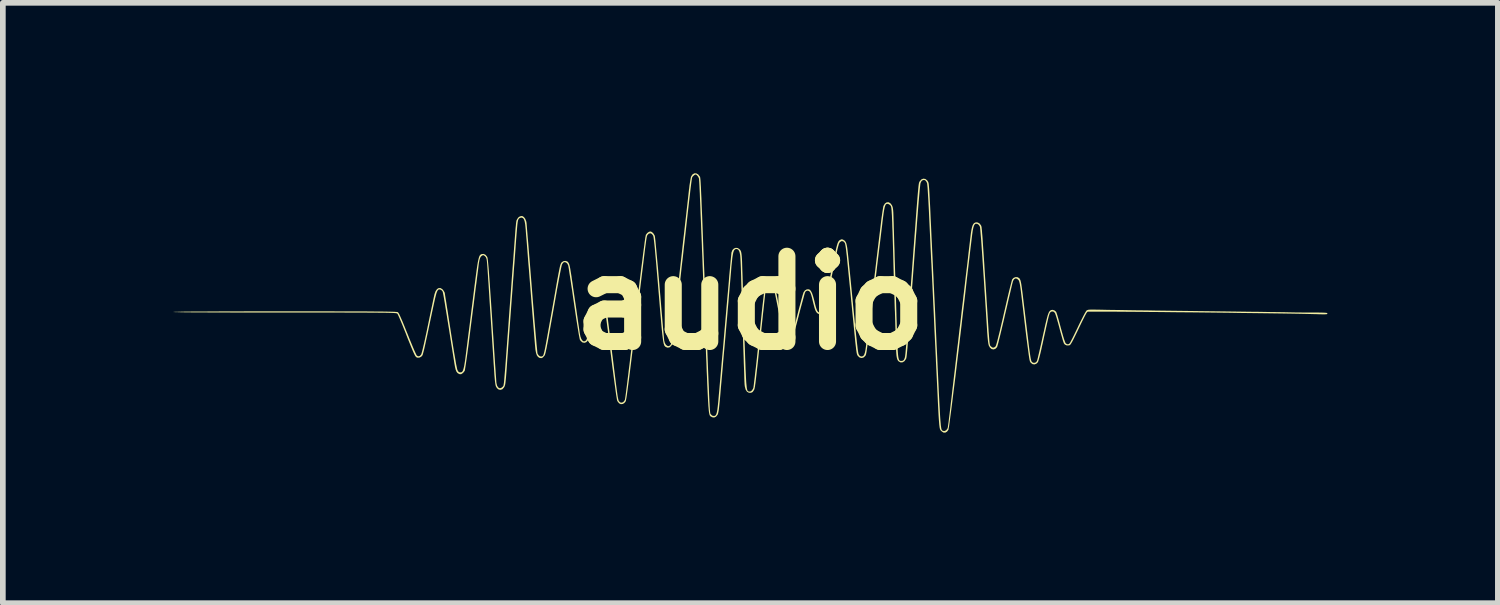
<source format=kicad_pcb>
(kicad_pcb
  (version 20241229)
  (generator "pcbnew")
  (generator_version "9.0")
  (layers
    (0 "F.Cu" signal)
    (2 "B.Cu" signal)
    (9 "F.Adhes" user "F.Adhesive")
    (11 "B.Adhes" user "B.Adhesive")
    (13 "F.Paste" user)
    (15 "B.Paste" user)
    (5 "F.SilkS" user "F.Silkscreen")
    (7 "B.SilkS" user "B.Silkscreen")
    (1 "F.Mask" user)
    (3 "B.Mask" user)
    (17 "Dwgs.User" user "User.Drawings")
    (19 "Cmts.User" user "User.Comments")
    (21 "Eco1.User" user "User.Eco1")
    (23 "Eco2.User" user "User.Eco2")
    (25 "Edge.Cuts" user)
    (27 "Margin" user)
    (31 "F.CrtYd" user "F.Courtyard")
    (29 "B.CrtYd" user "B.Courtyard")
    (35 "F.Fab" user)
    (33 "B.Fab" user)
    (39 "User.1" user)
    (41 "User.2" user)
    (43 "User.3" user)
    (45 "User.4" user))
  (footprint "audio"
    (layer "F.Cu")
    (at 10.152 2.28)
    (property "Reference" "audio" (at 0 0 0) (layer "F.SilkS") (effects (font (size 1.5 1.5) (thickness 0.3))))
    (attr board_only exclude_from_pos_files exclude_from_bom)
    (fp_poly (pts (xy -0.919 -2.262) (xy -0.896 -2.233) (xy -0.893 -2.229) (xy -0.891 -2.226) (xy -0.888 -2.223) (xy -0.886 -2.219) (xy -0.884 -2.213) (xy -0.883 -2.204) (xy -0.881 -2.191) (xy -0.879 -2.174) (xy -0.877 -2.151) (xy -0.875 -2.121) (xy -0.873 -2.084) (xy -0.87 -2.038) (xy -0.868 -1.983) (xy -0.865 -1.917) (xy -0.861 -1.84) (xy -0.858 -1.751) (xy -0.854 -1.649) (xy -0.849 -1.532) (xy -0.844 -1.401) (xy -0.838 -1.253) (xy -0.832 -1.089) (xy -0.825 -0.907) (xy -0.817 -0.706) (xy -0.808 -0.485) (xy -0.804 -0.37) (xy -0.794 -0.11) (xy -0.785 0.13) (xy -0.776 0.35) (xy -0.768 0.551) (xy -0.761 0.735) (xy -0.755 0.902) (xy -0.749 1.053) (xy -0.744 1.188) (xy -0.739 1.309) (xy -0.734 1.416) (xy -0.73 1.511) (xy -0.727 1.593) (xy -0.724 1.665) (xy -0.721 1.726) (xy -0.718 1.777) (xy -0.716 1.82) (xy -0.714 1.855) (xy -0.712 1.883) (xy -0.71 1.905) (xy -0.708 1.922) (xy -0.707 1.934) (xy -0.705 1.943) (xy -0.703 1.948) (xy -0.701 1.952) (xy -0.699 1.954) (xy -0.697 1.957) (xy -0.695 1.959) (xy -0.694 1.961) (xy -0.67 1.983) (xy -0.645 1.988) (xy -0.63 1.987) (xy -0.617 1.981) (xy -0.606 1.969) (xy -0.597 1.949) (xy -0.589 1.919) (xy -0.581 1.876) (xy -0.574 1.818) (xy -0.566 1.744) (xy -0.558 1.652) (xy -0.556 1.627) (xy -0.548 1.541) (xy -0.539 1.435) (xy -0.528 1.313) (xy -0.516 1.175) (xy -0.503 1.025) (xy -0.488 0.863) (xy -0.473 0.693) (xy -0.458 0.515) (xy -0.442 0.333) (xy -0.426 0.147) (xy -0.41 -0.039) (xy -0.393 -0.225) (xy -0.38 -0.375) (xy -0.372 -0.476) (xy -0.363 -0.57) (xy -0.355 -0.657) (xy -0.348 -0.733) (xy -0.342 -0.797) (xy -0.337 -0.846) (xy -0.334 -0.878) (xy -0.332 -0.89) (xy -0.316 -0.931) (xy -0.289 -0.958) (xy -0.256 -0.97) (xy -0.221 -0.966) (xy -0.19 -0.944) (xy -0.187 -0.941) (xy -0.178 -0.93) (xy -0.171 -0.919) (xy -0.165 -0.905) (xy -0.16 -0.886) (xy -0.156 -0.86) (xy -0.152 -0.826) (xy -0.149 -0.781) (xy -0.146 -0.723) (xy -0.144 -0.65) (xy -0.141 -0.56) (xy -0.137 -0.451) (xy -0.137 -0.449) (xy -0.13 -0.209) (xy -0.123 0.012) (xy -0.117 0.213) (xy -0.111 0.396) (xy -0.106 0.561) (xy -0.101 0.71) (xy -0.096 0.843) (xy -0.092 0.961) (xy -0.088 1.065) (xy -0.085 1.156) (xy -0.081 1.234) (xy -0.078 1.302) (xy -0.075 1.359) (xy -0.072 1.406) (xy -0.068 1.445) (xy -0.065 1.477) (xy -0.062 1.501) (xy -0.058 1.52) (xy -0.054 1.533) (xy -0.05 1.543) (xy -0.045 1.549) (xy -0.041 1.553) (xy -0.035 1.555) (xy -0.03 1.557) (xy -0.025 1.559) (xy -0.000131 1.558) (xy 0.025 1.541) (xy 0.045 1.512) (xy 0.052 1.494) (xy 0.055 1.477) (xy 0.06 1.441) (xy 0.066 1.388) (xy 0.075 1.318) (xy 0.084 1.234) (xy 0.096 1.137) (xy 0.108 1.028) (xy 0.121 0.91) (xy 0.134 0.783) (xy 0.149 0.651) (xy 0.158 0.562) (xy 0.176 0.399) (xy 0.191 0.256) (xy 0.204 0.132) (xy 0.216 0.025) (xy 0.227 -0.067) (xy 0.236 -0.144) (xy 0.244 -0.207) (xy 0.252 -0.259) (xy 0.259 -0.301) (xy 0.266 -0.333) (xy 0.273 -0.357) (xy 0.28 -0.374) (xy 0.287 -0.386) (xy 0.295 -0.395) (xy 0.304 -0.4) (xy 0.313 -0.404) (xy 0.32 -0.406) (xy 0.356 -0.409) (xy 0.388 -0.392) (xy 0.413 -0.357) (xy 0.416 -0.35) (xy 0.422 -0.332) (xy 0.431 -0.295) (xy 0.443 -0.242) (xy 0.457 -0.176) (xy 0.473 -0.098) (xy 0.49 -0.011) (xy 0.509 0.082) (xy 0.518 0.132) (xy 0.537 0.227) (xy 0.555 0.317) (xy 0.571 0.399) (xy 0.585 0.47) (xy 0.598 0.529) (xy 0.607 0.573) (xy 0.613 0.599) (xy 0.615 0.606) (xy 0.633 0.634) (xy 0.658 0.651) (xy 0.682 0.652) (xy 0.682 0.652) (xy 0.692 0.646) (xy 0.701 0.636) (xy 0.711 0.619) (xy 0.721 0.594) (xy 0.733 0.558) (xy 0.748 0.51) (xy 0.765 0.448) (xy 0.786 0.37) (xy 0.81 0.275) (xy 0.824 0.222) (xy 0.846 0.135) (xy 0.868 0.053) (xy 0.888 -0.021) (xy 0.905 -0.085) (xy 0.919 -0.136) (xy 0.93 -0.171) (xy 0.936 -0.188) (xy 0.961 -0.222) (xy 0.995 -0.24) (xy 1.031 -0.239) (xy 1.05 -0.229) (xy 1.067 -0.207) (xy 1.085 -0.173) (xy 1.102 -0.122) (xy 1.121 -0.054) (xy 1.131 -0.012) (xy 1.148 0.056) (xy 1.163 0.105) (xy 1.177 0.138) (xy 1.192 0.158) (xy 1.208 0.167) (xy 1.221 0.169) (xy 1.23 0.169) (xy 1.237 0.169) (xy 1.244 0.166) (xy 1.25 0.161) (xy 1.257 0.151) (xy 1.264 0.136) (xy 1.272 0.114) (xy 1.281 0.084) (xy 1.292 0.045) (xy 1.304 -0.005) (xy 1.318 -0.066) (xy 1.335 -0.14) (xy 1.354 -0.228) (xy 1.376 -0.331) (xy 1.401 -0.451) (xy 1.43 -0.588) (xy 1.463 -0.744) (xy 1.48 -0.825) (xy 1.497 -0.906) (xy 1.512 -0.97) (xy 1.524 -1.017) (xy 1.535 -1.052) (xy 1.546 -1.077) (xy 1.558 -1.093) (xy 1.571 -1.105) (xy 1.58 -1.11) (xy 1.604 -1.12) (xy 1.623 -1.117) (xy 1.637 -1.11) (xy 1.653 -1.1) (xy 1.666 -1.088) (xy 1.677 -1.072) (xy 1.687 -1.05) (xy 1.695 -1.019) (xy 1.703 -0.978) (xy 1.71 -0.924) (xy 1.718 -0.855) (xy 1.727 -0.768) (xy 1.734 -0.698) (xy 1.756 -0.485) (xy 1.775 -0.292) (xy 1.792 -0.119) (xy 1.807 0.037) (xy 1.821 0.176) (xy 1.834 0.298) (xy 1.844 0.406) (xy 1.854 0.5) (xy 1.862 0.581) (xy 1.87 0.649) (xy 1.876 0.707) (xy 1.882 0.756) (xy 1.886 0.795) (xy 1.89 0.826) (xy 1.894 0.851) (xy 1.897 0.87) (xy 1.9 0.884) (xy 1.902 0.894) (xy 1.905 0.901) (xy 1.907 0.907) (xy 1.908 0.908) (xy 1.925 0.932) (xy 1.947 0.941) (xy 1.956 0.941) (xy 1.975 0.938) (xy 1.991 0.927) (xy 2.004 0.906) (xy 2.015 0.872) (xy 2.025 0.824) (xy 2.034 0.758) (xy 2.041 0.706) (xy 2.046 0.667) (xy 2.052 0.61) (xy 2.061 0.536) (xy 2.072 0.447) (xy 2.084 0.346) (xy 2.098 0.233) (xy 2.113 0.112) (xy 2.128 -0.016) (xy 2.144 -0.149) (xy 2.161 -0.284) (xy 2.162 -0.296) (xy 2.179 -0.435) (xy 2.196 -0.573) (xy 2.212 -0.71) (xy 2.228 -0.842) (xy 2.243 -0.966) (xy 2.257 -1.082) (xy 2.27 -1.186) (xy 2.281 -1.276) (xy 2.29 -1.349) (xy 2.296 -1.401) (xy 2.305 -1.477) (xy 2.315 -1.547) (xy 2.324 -1.609) (xy 2.332 -1.659) (xy 2.338 -1.694) (xy 2.343 -1.71) (xy 2.367 -1.749) (xy 2.398 -1.77) (xy 2.431 -1.772) (xy 2.463 -1.754) (xy 2.491 -1.718) (xy 2.491 -1.717) (xy 2.498 -1.701) (xy 2.504 -1.683) (xy 2.508 -1.661) (xy 2.512 -1.631) (xy 2.515 -1.591) (xy 2.517 -1.536) (xy 2.519 -1.466) (xy 2.521 -1.415) (xy 2.523 -1.333) (xy 2.526 -1.237) (xy 2.529 -1.131) (xy 2.532 -1.022) (xy 2.536 -0.916) (xy 2.538 -0.83) (xy 2.54 -0.761) (xy 2.543 -0.673) (xy 2.546 -0.57) (xy 2.55 -0.455) (xy 2.554 -0.33) (xy 2.558 -0.199) (xy 2.562 -0.064) (xy 2.566 0.072) (xy 2.57 0.206) (xy 2.57 0.222) (xy 2.575 0.371) (xy 2.579 0.5) (xy 2.582 0.611) (xy 2.586 0.704) (xy 2.589 0.783) (xy 2.593 0.847) (xy 2.597 0.898) (xy 2.601 0.938) (xy 2.606 0.969) (xy 2.612 0.99) (xy 2.618 1.005) (xy 2.626 1.014) (xy 2.635 1.018) (xy 2.645 1.02) (xy 2.657 1.02) (xy 2.659 1.02) (xy 2.683 1.016) (xy 2.7 1.001) (xy 2.709 0.983) (xy 2.711 0.979) (xy 2.713 0.974) (xy 2.715 0.969) (xy 2.717 0.962) (xy 2.719 0.952) (xy 2.722 0.939) (xy 2.724 0.921) (xy 2.727 0.898) (xy 2.73 0.868) (xy 2.733 0.832) (xy 2.737 0.787) (xy 2.742 0.733) (xy 2.747 0.67) (xy 2.753 0.595) (xy 2.76 0.509) (xy 2.767 0.41) (xy 2.776 0.297) (xy 2.786 0.17) (xy 2.797 0.028) (xy 2.809 -0.13) (xy 2.822 -0.306) (xy 2.837 -0.5) (xy 2.853 -0.713) (xy 2.87 -0.946) (xy 2.876 -1.02) (xy 2.889 -1.195) (xy 2.901 -1.35) (xy 2.911 -1.487) (xy 2.92 -1.606) (xy 2.928 -1.709) (xy 2.935 -1.797) (xy 2.941 -1.871) (xy 2.946 -1.933) (xy 2.951 -1.984) (xy 2.955 -2.025) (xy 2.958 -2.057) (xy 2.961 -2.081) (xy 2.964 -2.1) (xy 2.967 -2.113) (xy 2.97 -2.122) (xy 2.973 -2.129) (xy 2.976 -2.135) (xy 2.98 -2.14) (xy 2.982 -2.144) (xy 3.011 -2.175) (xy 3.044 -2.187) (xy 3.079 -2.181) (xy 3.11 -2.157) (xy 3.125 -2.135) (xy 3.129 -2.128) (xy 3.131 -2.121) (xy 3.134 -2.112) (xy 3.137 -2.099) (xy 3.139 -2.081) (xy 3.141 -2.057) (xy 3.144 -2.026) (xy 3.147 -1.985) (xy 3.15 -1.935) (xy 3.153 -1.873) (xy 3.157 -1.798) (xy 3.162 -1.71) (xy 3.167 -1.605) (xy 3.172 -1.484) (xy 3.179 -1.345) (xy 3.186 -1.186) (xy 3.188 -1.142) (xy 3.193 -1.046) (xy 3.198 -0.933) (xy 3.204 -0.811) (xy 3.21 -0.684) (xy 3.216 -0.557) (xy 3.222 -0.436) (xy 3.225 -0.354) (xy 3.231 -0.238) (xy 3.237 -0.107) (xy 3.244 0.033) (xy 3.251 0.175) (xy 3.257 0.315) (xy 3.263 0.445) (xy 3.267 0.529) (xy 3.277 0.751) (xy 3.287 0.952) (xy 3.295 1.135) (xy 3.303 1.299) (xy 3.31 1.446) (xy 3.316 1.577) (xy 3.322 1.693) (xy 3.327 1.794) (xy 3.332 1.881) (xy 3.336 1.957) (xy 3.34 2.021) (xy 3.344 2.074) (xy 3.348 2.118) (xy 3.351 2.154) (xy 3.355 2.182) (xy 3.358 2.203) (xy 3.362 2.219) (xy 3.366 2.23) (xy 3.37 2.238) (xy 3.374 2.242) (xy 3.379 2.245) (xy 3.384 2.248) (xy 3.39 2.25) (xy 3.392 2.251) (xy 3.416 2.253) (xy 3.442 2.241) (xy 3.463 2.217) (xy 3.472 2.196) (xy 3.475 2.179) (xy 3.48 2.144) (xy 3.487 2.095) (xy 3.494 2.034) (xy 3.503 1.964) (xy 3.51 1.903) (xy 3.518 1.839) (xy 3.527 1.757) (xy 3.539 1.661) (xy 3.551 1.553) (xy 3.565 1.438) (xy 3.579 1.317) (xy 3.594 1.195) (xy 3.608 1.074) (xy 3.611 1.047) (xy 3.625 0.931) (xy 3.638 0.816) (xy 3.652 0.704) (xy 3.664 0.599) (xy 3.675 0.503) (xy 3.685 0.418) (xy 3.694 0.348) (xy 3.7 0.295) (xy 3.702 0.28) (xy 3.709 0.216) (xy 3.718 0.136) (xy 3.729 0.047) (xy 3.74 -0.044) (xy 3.75 -0.133) (xy 3.754 -0.164) (xy 3.765 -0.256) (xy 3.777 -0.361) (xy 3.79 -0.472) (xy 3.803 -0.58) (xy 3.815 -0.679) (xy 3.818 -0.703) (xy 3.828 -0.79) (xy 3.838 -0.881) (xy 3.849 -0.972) (xy 3.859 -1.055) (xy 3.867 -1.127) (xy 3.871 -1.156) (xy 3.88 -1.233) (xy 3.89 -1.292) (xy 3.9 -1.336) (xy 3.911 -1.368) (xy 3.924 -1.391) (xy 3.938 -1.406) (xy 3.969 -1.419) (xy 4.002 -1.415) (xy 4.034 -1.396) (xy 4.058 -1.364) (xy 4.062 -1.354) (xy 4.065 -1.345) (xy 4.068 -1.33) (xy 4.07 -1.307) (xy 4.074 -1.274) (xy 4.077 -1.232) (xy 4.082 -1.177) (xy 4.087 -1.109) (xy 4.092 -1.026) (xy 4.099 -0.927) (xy 4.107 -0.809) (xy 4.116 -0.673) (xy 4.118 -0.634) (xy 4.123 -0.557) (xy 4.129 -0.464) (xy 4.136 -0.361) (xy 4.143 -0.253) (xy 4.15 -0.148) (xy 4.156 -0.049) (xy 4.156 -0.048) (xy 4.166 0.099) (xy 4.174 0.226) (xy 4.181 0.336) (xy 4.187 0.428) (xy 4.192 0.505) (xy 4.197 0.568) (xy 4.201 0.619) (xy 4.204 0.659) (xy 4.207 0.69) (xy 4.21 0.712) (xy 4.213 0.728) (xy 4.215 0.74) (xy 4.218 0.747) (xy 4.221 0.753) (xy 4.225 0.757) (xy 4.228 0.76) (xy 4.254 0.783) (xy 4.283 0.786) (xy 4.31 0.768) (xy 4.315 0.761) (xy 4.322 0.745) (xy 4.333 0.709) (xy 4.348 0.654) (xy 4.366 0.582) (xy 4.388 0.494) (xy 4.412 0.391) (xy 4.44 0.273) (xy 4.462 0.176) (xy 4.487 0.069) (xy 4.51 -0.032) (xy 4.532 -0.125) (xy 4.552 -0.209) (xy 4.57 -0.281) (xy 4.585 -0.339) (xy 4.596 -0.382) (xy 4.603 -0.407) (xy 4.605 -0.413) (xy 4.629 -0.44) (xy 4.662 -0.454) (xy 4.697 -0.454) (xy 4.728 -0.438) (xy 4.731 -0.435) (xy 4.739 -0.424) (xy 4.746 -0.411) (xy 4.753 -0.393) (xy 4.759 -0.368) (xy 4.766 -0.334) (xy 4.773 -0.288) (xy 4.781 -0.229) (xy 4.791 -0.153) (xy 4.802 -0.06) (xy 4.806 -0.026) (xy 4.827 0.145) (xy 4.845 0.296) (xy 4.861 0.429) (xy 4.875 0.545) (xy 4.887 0.644) (xy 4.897 0.729) (xy 4.906 0.8) (xy 4.914 0.859) (xy 4.921 0.907) (xy 4.927 0.946) (xy 4.932 0.975) (xy 4.937 0.997) (xy 4.941 1.013) (xy 4.945 1.025) (xy 4.949 1.032) (xy 4.954 1.038) (xy 4.959 1.042) (xy 4.963 1.046) (xy 4.989 1.055) (xy 5.017 1.048) (xy 5.039 1.027) (xy 5.042 1.021) (xy 5.047 1.005) (xy 5.056 0.97) (xy 5.068 0.92) (xy 5.083 0.857) (xy 5.1 0.782) (xy 5.119 0.699) (xy 5.139 0.609) (xy 5.144 0.585) (xy 5.168 0.479) (xy 5.187 0.391) (xy 5.204 0.321) (xy 5.218 0.265) (xy 5.23 0.221) (xy 5.241 0.189) (xy 5.251 0.166) (xy 5.261 0.149) (xy 5.272 0.138) (xy 5.284 0.129) (xy 5.291 0.125) (xy 5.318 0.121) (xy 5.349 0.131) (xy 5.375 0.152) (xy 5.381 0.16) (xy 5.387 0.176) (xy 5.398 0.209) (xy 5.412 0.257) (xy 5.429 0.316) (xy 5.447 0.383) (xy 5.461 0.435) (xy 5.482 0.511) (xy 5.501 0.579) (xy 5.518 0.635) (xy 5.533 0.677) (xy 5.543 0.703) (xy 5.547 0.709) (xy 5.573 0.727) (xy 5.6 0.725) (xy 5.617 0.711) (xy 5.626 0.697) (xy 5.642 0.666) (xy 5.665 0.622) (xy 5.693 0.566) (xy 5.724 0.502) (xy 5.758 0.432) (xy 5.762 0.423) (xy 5.796 0.352) (xy 5.829 0.287) (xy 5.858 0.23) (xy 5.883 0.183) (xy 5.902 0.151) (xy 5.913 0.134) (xy 5.914 0.134) (xy 5.922 0.128) (xy 5.932 0.124) (xy 5.946 0.12) (xy 5.967 0.118) (xy 5.998 0.117) (xy 6.041 0.117) (xy 6.097 0.118) (xy 6.17 0.119) (xy 6.255 0.121) (xy 6.307 0.122) (xy 6.379 0.123) (xy 6.469 0.124) (xy 6.575 0.126) (xy 6.694 0.128) (xy 6.826 0.13) (xy 6.969 0.131) (xy 7.12 0.134) (xy 7.278 0.136) (xy 7.442 0.138) (xy 7.609 0.14) (xy 7.778 0.142) (xy 7.841 0.143) (xy 8.009 0.145) (xy 8.176 0.147) (xy 8.339 0.149) (xy 8.497 0.151) (xy 8.649 0.153) (xy 8.791 0.155) (xy 8.924 0.156) (xy 9.044 0.158) (xy 9.151 0.16) (xy 9.243 0.161) (xy 9.317 0.162) (xy 9.373 0.163) (xy 9.39 0.163) (xy 9.483 0.165) (xy 9.586 0.167) (xy 9.691 0.168) (xy 9.792 0.169) (xy 9.881 0.169) (xy 9.911 0.169) (xy 9.989 0.169) (xy 10.048 0.17) (xy 10.091 0.171) (xy 10.12 0.173) (xy 10.138 0.175) (xy 10.148 0.179) (xy 10.151 0.184) (xy 10.152 0.186) (xy 10.15 0.192) (xy 10.143 0.197) (xy 10.127 0.199) (xy 10.101 0.2) (xy 10.062 0.2) (xy 10.006 0.199) (xy 9.953 0.197) (xy 9.898 0.196) (xy 9.826 0.194) (xy 9.738 0.192) (xy 9.636 0.19) (xy 9.52 0.188) (xy 9.392 0.186) (xy 9.253 0.184) (xy 9.105 0.182) (xy 8.949 0.18) (xy 8.785 0.178) (xy 8.616 0.176) (xy 8.442 0.173) (xy 8.264 0.171) (xy 8.085 0.169) (xy 7.905 0.167) (xy 7.725 0.165) (xy 7.547 0.164) (xy 7.373 0.162) (xy 7.202 0.16) (xy 7.037 0.159) (xy 6.878 0.157) (xy 6.727 0.156) (xy 6.586 0.155) (xy 6.455 0.154) (xy 6.336 0.153) (xy 6.23 0.153) (xy 6.138 0.153) (xy 6.062 0.153) (xy 6.002 0.153) (xy 5.96 0.153) (xy 5.938 0.154) (xy 5.934 0.154) (xy 5.928 0.159) (xy 5.922 0.166) (xy 5.913 0.178) (xy 5.903 0.196) (xy 5.889 0.222) (xy 5.87 0.259) (xy 5.846 0.307) (xy 5.815 0.37) (xy 5.777 0.449) (xy 5.748 0.51) (xy 5.712 0.583) (xy 5.684 0.64) (xy 5.662 0.682) (xy 5.645 0.711) (xy 5.632 0.73) (xy 5.621 0.741) (xy 5.611 0.746) (xy 5.61 0.746) (xy 5.568 0.748) (xy 5.534 0.733) (xy 5.516 0.711) (xy 5.509 0.692) (xy 5.497 0.657) (xy 5.483 0.607) (xy 5.466 0.547) (xy 5.447 0.48) (xy 5.437 0.44) (xy 5.418 0.37) (xy 5.4 0.307) (xy 5.384 0.251) (xy 5.37 0.209) (xy 5.36 0.181) (xy 5.356 0.174) (xy 5.333 0.153) (xy 5.304 0.149) (xy 5.279 0.164) (xy 5.272 0.172) (xy 5.268 0.18) (xy 5.263 0.191) (xy 5.258 0.207) (xy 5.251 0.229) (xy 5.243 0.261) (xy 5.233 0.302) (xy 5.221 0.355) (xy 5.206 0.422) (xy 5.188 0.504) (xy 5.166 0.602) (xy 5.141 0.72) (xy 5.134 0.748) (xy 5.118 0.822) (xy 5.102 0.89) (xy 5.087 0.949) (xy 5.074 0.997) (xy 5.064 1.029) (xy 5.058 1.043) (xy 5.029 1.071) (xy 4.995 1.082) (xy 4.961 1.075) (xy 4.931 1.05) (xy 4.918 1.029) (xy 4.915 1.017) (xy 4.91 0.995) (xy 4.904 0.96) (xy 4.897 0.913) (xy 4.889 0.852) (xy 4.879 0.777) (xy 4.867 0.686) (xy 4.853 0.579) (xy 4.838 0.455) (xy 4.821 0.312) (xy 4.802 0.151) (xy 4.78 -0.03) (xy 4.775 -0.073) (xy 4.764 -0.164) (xy 4.755 -0.237) (xy 4.747 -0.293) (xy 4.74 -0.335) (xy 4.733 -0.365) (xy 4.727 -0.385) (xy 4.72 -0.399) (xy 4.719 -0.401) (xy 4.691 -0.426) (xy 4.663 -0.431) (xy 4.638 -0.415) (xy 4.621 -0.385) (xy 4.617 -0.37) (xy 4.608 -0.337) (xy 4.596 -0.287) (xy 4.581 -0.223) (xy 4.563 -0.146) (xy 4.542 -0.058) (xy 4.52 0.039) (xy 4.496 0.142) (xy 4.483 0.196) (xy 4.459 0.302) (xy 4.435 0.402) (xy 4.413 0.495) (xy 4.393 0.578) (xy 4.375 0.649) (xy 4.361 0.706) (xy 4.349 0.748) (xy 4.342 0.772) (xy 4.34 0.777) (xy 4.311 0.807) (xy 4.278 0.818) (xy 4.244 0.811) (xy 4.215 0.786) (xy 4.194 0.748) (xy 4.187 0.719) (xy 4.18 0.67) (xy 4.173 0.601) (xy 4.166 0.513) (xy 4.162 0.444) (xy 4.146 0.19) (xy 4.131 -0.043) (xy 4.117 -0.255) (xy 4.105 -0.448) (xy 4.093 -0.62) (xy 4.083 -0.774) (xy 4.074 -0.908) (xy 4.066 -1.023) (xy 4.059 -1.12) (xy 4.052 -1.2) (xy 4.047 -1.261) (xy 4.043 -1.305) (xy 4.04 -1.332) (xy 4.038 -1.341) (xy 4.021 -1.371) (xy 3.995 -1.39) (xy 3.966 -1.394) (xy 3.96 -1.392) (xy 3.946 -1.381) (xy 3.933 -1.357) (xy 3.922 -1.32) (xy 3.911 -1.266) (xy 3.901 -1.193) (xy 3.898 -1.168) (xy 3.892 -1.118) (xy 3.884 -1.05) (xy 3.874 -0.971) (xy 3.864 -0.885) (xy 3.854 -0.795) (xy 3.844 -0.714) (xy 3.834 -0.63) (xy 3.824 -0.548) (xy 3.815 -0.471) (xy 3.807 -0.404) (xy 3.801 -0.35) (xy 3.797 -0.314) (xy 3.797 -0.312) (xy 3.776 -0.127) (xy 3.754 0.059) (xy 3.732 0.245) (xy 3.711 0.429) (xy 3.689 0.612) (xy 3.668 0.79) (xy 3.647 0.964) (xy 3.627 1.132) (xy 3.608 1.292) (xy 3.589 1.444) (xy 3.571 1.586) (xy 3.555 1.717) (xy 3.54 1.836) (xy 3.526 1.942) (xy 3.514 2.033) (xy 3.504 2.109) (xy 3.496 2.167) (xy 3.489 2.207) (xy 3.485 2.228) (xy 3.485 2.231) (xy 3.459 2.265) (xy 3.428 2.282) (xy 3.395 2.28) (xy 3.366 2.26) (xy 3.359 2.253) (xy 3.353 2.247) (xy 3.347 2.242) (xy 3.343 2.235) (xy 3.338 2.225) (xy 3.334 2.212) (xy 3.33 2.195) (xy 3.327 2.172) (xy 3.323 2.141) (xy 3.32 2.103) (xy 3.316 2.055) (xy 3.312 1.997) (xy 3.308 1.927) (xy 3.304 1.845) (xy 3.299 1.749) (xy 3.294 1.637) (xy 3.288 1.509) (xy 3.281 1.364) (xy 3.273 1.2) (xy 3.264 1.017) (xy 3.263 0.978) (xy 3.257 0.85) (xy 3.25 0.712) (xy 3.243 0.568) (xy 3.236 0.422) (xy 3.23 0.28) (xy 3.224 0.147) (xy 3.218 0.027) (xy 3.215 -0.042) (xy 3.21 -0.149) (xy 3.205 -0.257) (xy 3.2 -0.363) (xy 3.195 -0.463) (xy 3.191 -0.555) (xy 3.187 -0.633) (xy 3.184 -0.695) (xy 3.183 -0.708) (xy 3.179 -0.786) (xy 3.175 -0.876) (xy 3.17 -0.973) (xy 3.166 -1.069) (xy 3.162 -1.156) (xy 3.162 -1.158) (xy 3.154 -1.329) (xy 3.147 -1.48) (xy 3.141 -1.612) (xy 3.135 -1.725) (xy 3.13 -1.822) (xy 3.125 -1.903) (xy 3.121 -1.97) (xy 3.118 -2.022) (xy 3.114 -2.062) (xy 3.111 -2.09) (xy 3.109 -2.108) (xy 3.107 -2.112) (xy 3.089 -2.146) (xy 3.064 -2.163) (xy 3.036 -2.162) (xy 3.011 -2.144) (xy 2.993 -2.109) (xy 2.993 -2.107) (xy 2.99 -2.089) (xy 2.986 -2.052) (xy 2.98 -1.998) (xy 2.974 -1.93) (xy 2.967 -1.849) (xy 2.959 -1.757) (xy 2.951 -1.658) (xy 2.943 -1.552) (xy 2.94 -1.517) (xy 2.932 -1.413) (xy 2.923 -1.29) (xy 2.912 -1.154) (xy 2.901 -1.006) (xy 2.889 -0.85) (xy 2.877 -0.689) (xy 2.865 -0.528) (xy 2.853 -0.368) (xy 2.841 -0.214) (xy 2.834 -0.127) (xy 2.821 0.048) (xy 2.809 0.204) (xy 2.799 0.34) (xy 2.79 0.459) (xy 2.782 0.563) (xy 2.775 0.651) (xy 2.769 0.725) (xy 2.764 0.787) (xy 2.759 0.838) (xy 2.755 0.879) (xy 2.752 0.911) (xy 2.749 0.935) (xy 2.747 0.953) (xy 2.744 0.966) (xy 2.742 0.975) (xy 2.74 0.982) (xy 2.737 0.987) (xy 2.71 1.025) (xy 2.677 1.045) (xy 2.642 1.046) (xy 2.609 1.028) (xy 2.603 1.022) (xy 2.592 1.008) (xy 2.584 0.99) (xy 2.577 0.965) (xy 2.571 0.931) (xy 2.567 0.885) (xy 2.563 0.827) (xy 2.56 0.754) (xy 2.557 0.663) (xy 2.554 0.566) (xy 2.553 0.481) (xy 2.55 0.397) (xy 2.548 0.318) (xy 2.546 0.247) (xy 2.544 0.189) (xy 2.543 0.153) (xy 2.541 0.12) (xy 2.539 0.068) (xy 2.537 -0.000151) (xy 2.535 -0.082) (xy 2.532 -0.175) (xy 2.529 -0.276) (xy 2.526 -0.383) (xy 2.522 -0.494) (xy 2.521 -0.523) (xy 2.516 -0.705) (xy 2.512 -0.866) (xy 2.508 -1.009) (xy 2.504 -1.134) (xy 2.501 -1.243) (xy 2.497 -1.337) (xy 2.495 -1.417) (xy 2.492 -1.484) (xy 2.49 -1.539) (xy 2.487 -1.584) (xy 2.485 -1.62) (xy 2.482 -1.648) (xy 2.48 -1.669) (xy 2.477 -1.685) (xy 2.474 -1.696) (xy 2.471 -1.704) (xy 2.468 -1.71) (xy 2.466 -1.713) (xy 2.443 -1.733) (xy 2.419 -1.743) (xy 2.404 -1.743) (xy 2.391 -1.739) (xy 2.38 -1.728) (xy 2.371 -1.708) (xy 2.362 -1.678) (xy 2.353 -1.634) (xy 2.344 -1.577) (xy 2.334 -1.502) (xy 2.322 -1.409) (xy 2.321 -1.394) (xy 2.31 -1.304) (xy 2.298 -1.205) (xy 2.285 -1.097) (xy 2.27 -0.977) (xy 2.254 -0.845) (xy 2.236 -0.699) (xy 2.217 -0.537) (xy 2.195 -0.359) (xy 2.172 -0.163) (xy 2.146 0.053) (xy 2.127 0.207) (xy 2.111 0.342) (xy 2.096 0.458) (xy 2.084 0.557) (xy 2.073 0.641) (xy 2.064 0.711) (xy 2.057 0.768) (xy 2.05 0.814) (xy 2.045 0.85) (xy 2.04 0.877) (xy 2.036 0.897) (xy 2.032 0.911) (xy 2.028 0.921) (xy 2.025 0.927) (xy 1.995 0.958) (xy 1.96 0.969) (xy 1.925 0.962) (xy 1.893 0.935) (xy 1.887 0.926) (xy 1.883 0.92) (xy 1.88 0.913) (xy 1.876 0.904) (xy 1.873 0.892) (xy 1.869 0.875) (xy 1.866 0.852) (xy 1.861 0.822) (xy 1.857 0.782) (xy 1.851 0.733) (xy 1.844 0.672) (xy 1.837 0.598) (xy 1.828 0.51) (xy 1.818 0.406) (xy 1.806 0.286) (xy 1.792 0.147) (xy 1.777 -0.012) (xy 1.776 -0.016) (xy 1.76 -0.185) (xy 1.745 -0.334) (xy 1.732 -0.464) (xy 1.721 -0.577) (xy 1.711 -0.675) (xy 1.703 -0.757) (xy 1.696 -0.827) (xy 1.689 -0.884) (xy 1.684 -0.93) (xy 1.679 -0.967) (xy 1.675 -0.996) (xy 1.671 -1.017) (xy 1.668 -1.033) (xy 1.665 -1.045) (xy 1.662 -1.053) (xy 1.658 -1.059) (xy 1.656 -1.063) (xy 1.632 -1.085) (xy 1.604 -1.088) (xy 1.578 -1.072) (xy 1.567 -1.058) (xy 1.557 -1.036) (xy 1.546 -0.998) (xy 1.533 -0.949) (xy 1.521 -0.895) (xy 1.519 -0.886) (xy 1.492 -0.755) (xy 1.465 -0.626) (xy 1.439 -0.502) (xy 1.414 -0.384) (xy 1.39 -0.274) (xy 1.368 -0.173) (xy 1.348 -0.083) (xy 1.331 -0.007) (xy 1.316 0.055) (xy 1.305 0.101) (xy 1.298 0.128) (xy 1.296 0.134) (xy 1.271 0.172) (xy 1.24 0.193) (xy 1.206 0.194) (xy 1.196 0.191) (xy 1.177 0.18) (xy 1.161 0.162) (xy 1.146 0.135) (xy 1.131 0.095) (xy 1.116 0.039) (xy 1.1 -0.024) (xy 1.085 -0.088) (xy 1.072 -0.135) (xy 1.061 -0.167) (xy 1.051 -0.188) (xy 1.04 -0.202) (xy 1.027 -0.211) (xy 1.026 -0.211) (xy 0.998 -0.217) (xy 0.974 -0.203) (xy 0.965 -0.191) (xy 0.959 -0.176) (xy 0.949 -0.143) (xy 0.936 -0.095) (xy 0.919 -0.033) (xy 0.899 0.04) (xy 0.877 0.121) (xy 0.854 0.209) (xy 0.851 0.223) (xy 0.828 0.312) (xy 0.806 0.395) (xy 0.785 0.47) (xy 0.767 0.534) (xy 0.752 0.585) (xy 0.741 0.622) (xy 0.734 0.64) (xy 0.733 0.641) (xy 0.706 0.667) (xy 0.673 0.675) (xy 0.639 0.667) (xy 0.61 0.642) (xy 0.597 0.621) (xy 0.592 0.604) (xy 0.583 0.568) (xy 0.571 0.516) (xy 0.557 0.45) (xy 0.541 0.373) (xy 0.523 0.286) (xy 0.504 0.192) (xy 0.492 0.13) (xy 0.473 0.033) (xy 0.455 -0.057) (xy 0.438 -0.139) (xy 0.423 -0.211) (xy 0.411 -0.27) (xy 0.401 -0.314) (xy 0.394 -0.341) (xy 0.391 -0.349) (xy 0.369 -0.376) (xy 0.342 -0.383) (xy 0.314 -0.37) (xy 0.293 -0.347) (xy 0.282 -0.324) (xy 0.279 -0.309) (xy 0.275 -0.274) (xy 0.269 -0.223) (xy 0.261 -0.158) (xy 0.252 -0.079) (xy 0.242 0.01) (xy 0.232 0.108) (xy 0.22 0.212) (xy 0.217 0.245) (xy 0.197 0.433) (xy 0.179 0.601) (xy 0.162 0.751) (xy 0.148 0.883) (xy 0.136 0.999) (xy 0.125 1.099) (xy 0.115 1.185) (xy 0.107 1.258) (xy 0.1 1.32) (xy 0.094 1.37) (xy 0.089 1.411) (xy 0.084 1.444) (xy 0.081 1.469) (xy 0.077 1.489) (xy 0.074 1.503) (xy 0.072 1.514) (xy 0.069 1.521) (xy 0.066 1.528) (xy 0.063 1.533) (xy 0.062 1.535) (xy 0.04 1.567) (xy 0.011 1.581) (xy -0.028 1.58) (xy -0.06 1.561) (xy -0.084 1.523) (xy -0.098 1.469) (xy -0.102 1.433) (xy -0.103 1.413) (xy -0.105 1.374) (xy -0.107 1.317) (xy -0.109 1.244) (xy -0.112 1.158) (xy -0.116 1.06) (xy -0.119 0.951) (xy -0.123 0.835) (xy -0.127 0.712) (xy -0.131 0.584) (xy -0.135 0.453) (xy -0.139 0.322) (xy -0.143 0.191) (xy -0.147 0.063) (xy -0.151 -0.06) (xy -0.154 -0.177) (xy -0.158 -0.286) (xy -0.161 -0.385) (xy -0.163 -0.471) (xy -0.165 -0.529) (xy -0.167 -0.604) (xy -0.17 -0.676) (xy -0.173 -0.741) (xy -0.176 -0.795) (xy -0.179 -0.834) (xy -0.18 -0.845) (xy -0.192 -0.899) (xy -0.21 -0.934) (xy -0.235 -0.949) (xy -0.257 -0.948) (xy -0.271 -0.942) (xy -0.282 -0.931) (xy -0.292 -0.913) (xy -0.301 -0.886) (xy -0.309 -0.847) (xy -0.317 -0.796) (xy -0.324 -0.729) (xy -0.333 -0.646) (xy -0.341 -0.544) (xy -0.343 -0.523) (xy -0.349 -0.451) (xy -0.357 -0.361) (xy -0.366 -0.257) (xy -0.376 -0.14) (xy -0.386 -0.016) (xy -0.398 0.115) (xy -0.409 0.247) (xy -0.421 0.378) (xy -0.429 0.471) (xy -0.44 0.602) (xy -0.452 0.74) (xy -0.465 0.879) (xy -0.477 1.017) (xy -0.488 1.15) (xy -0.499 1.275) (xy -0.509 1.387) (xy -0.518 1.484) (xy -0.522 1.534) (xy -0.531 1.639) (xy -0.539 1.725) (xy -0.546 1.794) (xy -0.552 1.849) (xy -0.557 1.89) (xy -0.563 1.921) (xy -0.568 1.943) (xy -0.573 1.959) (xy -0.578 1.968) (xy -0.606 2.002) (xy -0.638 2.016) (xy -0.672 2.011) (xy -0.682 2.005) (xy -0.689 2.001) (xy -0.695 1.998) (xy -0.701 1.994) (xy -0.707 1.99) (xy -0.711 1.984) (xy -0.716 1.975) (xy -0.72 1.963) (xy -0.724 1.945) (xy -0.728 1.923) (xy -0.732 1.894) (xy -0.735 1.857) (xy -0.739 1.813) (xy -0.742 1.759) (xy -0.746 1.695) (xy -0.75 1.62) (xy -0.754 1.534) (xy -0.759 1.434) (xy -0.763 1.321) (xy -0.769 1.194) (xy -0.774 1.051) (xy -0.781 0.891) (xy -0.787 0.714) (xy -0.795 0.519) (xy -0.803 0.305) (xy -0.812 0.071) (xy -0.814 0.016) (xy -0.82 -0.122) (xy -0.825 -0.261) (xy -0.83 -0.396) (xy -0.835 -0.527) (xy -0.84 -0.651) (xy -0.844 -0.765) (xy -0.848 -0.867) (xy -0.852 -0.955) (xy -0.854 -1.026) (xy -0.856 -1.073) (xy -0.859 -1.148) (xy -0.863 -1.239) (xy -0.867 -1.342) (xy -0.871 -1.452) (xy -0.876 -1.564) (xy -0.88 -1.675) (xy -0.883 -1.75) (xy -0.887 -1.842) (xy -0.89 -1.929) (xy -0.894 -2.007) (xy -0.897 -2.075) (xy -0.9 -2.129) (xy -0.903 -2.168) (xy -0.905 -2.189) (xy -0.905 -2.19) (xy -0.917 -2.217) (xy -0.936 -2.242) (xy -0.955 -2.258) (xy -0.969 -2.259) (xy -0.989 -2.248) (xy -0.989 -2.248) (xy -1.012 -2.227) (xy -1.025 -2.207) (xy -1.028 -2.191) (xy -1.033 -2.157) (xy -1.04 -2.107) (xy -1.048 -2.044) (xy -1.057 -1.971) (xy -1.066 -1.89) (xy -1.072 -1.84) (xy -1.1 -1.596) (xy -1.125 -1.371) (xy -1.148 -1.164) (xy -1.17 -0.974) (xy -1.189 -0.8) (xy -1.208 -0.64) (xy -1.224 -0.493) (xy -1.239 -0.357) (xy -1.254 -0.231) (xy -1.267 -0.113) (xy -1.279 -0.003) (xy -1.291 0.102) (xy -1.301 0.196) (xy -1.313 0.296) (xy -1.324 0.39) (xy -1.335 0.478) (xy -1.345 0.555) (xy -1.354 0.62) (xy -1.362 0.671) (xy -1.368 0.704) (xy -1.371 0.717) (xy -1.393 0.757) (xy -1.422 0.781) (xy -1.455 0.787) (xy -1.477 0.78) (xy -1.487 0.775) (xy -1.496 0.77) (xy -1.504 0.762) (xy -1.512 0.752) (xy -1.518 0.737) (xy -1.525 0.717) (xy -1.531 0.689) (xy -1.537 0.653) (xy -1.543 0.608) (xy -1.55 0.551) (xy -1.557 0.483) (xy -1.565 0.401) (xy -1.573 0.304) (xy -1.583 0.191) (xy -1.594 0.061) (xy -1.606 -0.088) (xy -1.618 -0.227) (xy -1.632 -0.397) (xy -1.645 -0.546) (xy -1.656 -0.677) (xy -1.666 -0.79) (xy -1.675 -0.886) (xy -1.682 -0.967) (xy -1.689 -1.033) (xy -1.695 -1.086) (xy -1.7 -1.126) (xy -1.704 -1.156) (xy -1.708 -1.175) (xy -1.711 -1.184) (xy -1.734 -1.214) (xy -1.761 -1.226) (xy -1.789 -1.218) (xy -1.812 -1.193) (xy -1.819 -1.178) (xy -1.823 -1.161) (xy -1.829 -1.127) (xy -1.836 -1.078) (xy -1.844 -1.019) (xy -1.853 -0.953) (xy -1.855 -0.935) (xy -1.889 -0.656) (xy -1.921 -0.398) (xy -1.95 -0.159) (xy -1.977 0.061) (xy -2.002 0.263) (xy -2.025 0.448) (xy -2.046 0.617) (xy -2.064 0.77) (xy -2.082 0.909) (xy -2.097 1.033) (xy -2.111 1.144) (xy -2.123 1.242) (xy -2.134 1.329) (xy -2.144 1.404) (xy -2.153 1.47) (xy -2.16 1.526) (xy -2.167 1.573) (xy -2.172 1.612) (xy -2.177 1.645) (xy -2.181 1.671) (xy -2.185 1.691) (xy -2.188 1.706) (xy -2.19 1.718) (xy -2.192 1.726) (xy -2.195 1.731) (xy -2.196 1.735) (xy -2.218 1.761) (xy -2.244 1.777) (xy -2.278 1.781) (xy -2.31 1.766) (xy -2.337 1.732) (xy -2.343 1.72) (xy -2.347 1.704) (xy -2.353 1.668) (xy -2.362 1.613) (xy -2.372 1.542) (xy -2.384 1.454) (xy -2.398 1.352) (xy -2.413 1.237) (xy -2.43 1.11) (xy -2.447 0.972) (xy -2.459 0.878) (xy -2.478 0.723) (xy -2.495 0.588) (xy -2.51 0.472) (xy -2.523 0.372) (xy -2.534 0.289) (xy -2.544 0.219) (xy -2.553 0.162) (xy -2.561 0.117) (xy -2.568 0.083) (xy -2.576 0.057) (xy -2.583 0.039) (xy -2.59 0.027) (xy -2.598 0.02) (xy -2.606 0.017) (xy -2.615 0.016) (xy -2.623 0.016) (xy -2.649 0.026) (xy -2.666 0.048) (xy -2.674 0.066) (xy -2.686 0.102) (xy -2.703 0.152) (xy -2.722 0.213) (xy -2.743 0.283) (xy -2.765 0.358) (xy -2.765 0.36) (xy -2.787 0.434) (xy -2.808 0.503) (xy -2.827 0.564) (xy -2.842 0.612) (xy -2.854 0.647) (xy -2.862 0.664) (xy -2.862 0.664) (xy -2.889 0.691) (xy -2.921 0.702) (xy -2.953 0.695) (xy -2.957 0.693) (xy -2.982 0.671) (xy -2.998 0.652) (xy -3.003 0.636) (xy -3.01 0.6) (xy -3.021 0.543) (xy -3.033 0.468) (xy -3.048 0.375) (xy -3.066 0.263) (xy -3.085 0.135) (xy -3.104 0.005) (xy -3.121 -0.109) (xy -3.136 -0.217) (xy -3.152 -0.318) (xy -3.165 -0.409) (xy -3.178 -0.49) (xy -3.188 -0.557) (xy -3.196 -0.609) (xy -3.202 -0.644) (xy -3.205 -0.659) (xy -3.221 -0.692) (xy -3.246 -0.713) (xy -3.274 -0.718) (xy -3.283 -0.715) (xy -3.298 -0.702) (xy -3.313 -0.678) (xy -3.315 -0.674) (xy -3.32 -0.657) (xy -3.328 -0.621) (xy -3.339 -0.569) (xy -3.352 -0.503) (xy -3.367 -0.424) (xy -3.383 -0.336) (xy -3.401 -0.241) (xy -3.416 -0.153) (xy -3.446 0.018) (xy -3.473 0.171) (xy -3.497 0.304) (xy -3.518 0.421) (xy -3.536 0.522) (xy -3.551 0.608) (xy -3.564 0.68) (xy -3.576 0.74) (xy -3.585 0.79) (xy -3.594 0.829) (xy -3.6 0.86) (xy -3.606 0.883) (xy -3.611 0.9) (xy -3.615 0.913) (xy -3.619 0.922) (xy -3.623 0.928) (xy -3.624 0.928) (xy -3.651 0.959) (xy -3.676 0.971) (xy -3.705 0.968) (xy -3.708 0.967) (xy -3.735 0.951) (xy -3.756 0.923) (xy -3.771 0.881) (xy -3.782 0.821) (xy -3.786 0.78) (xy -3.791 0.725) (xy -3.797 0.649) (xy -3.805 0.554) (xy -3.814 0.441) (xy -3.825 0.31) (xy -3.837 0.164) (xy -3.85 0.001) (xy -3.864 -0.175) (xy -3.879 -0.365) (xy -3.895 -0.568) (xy -3.896 -0.582) (xy -3.906 -0.697) (xy -3.915 -0.809) (xy -3.923 -0.917) (xy -3.931 -1.017) (xy -3.938 -1.107) (xy -3.945 -1.185) (xy -3.95 -1.248) (xy -3.953 -1.293) (xy -3.955 -1.31) (xy -3.962 -1.381) (xy -3.971 -1.433) (xy -3.983 -1.469) (xy -3.998 -1.49) (xy -4.018 -1.5) (xy -4.031 -1.502) (xy -4.062 -1.492) (xy -4.077 -1.476) (xy -4.082 -1.467) (xy -4.087 -1.455) (xy -4.091 -1.438) (xy -4.095 -1.414) (xy -4.099 -1.381) (xy -4.103 -1.337) (xy -4.108 -1.28) (xy -4.114 -1.207) (xy -4.121 -1.118) (xy -4.129 -1.01) (xy -4.132 -0.962) (xy -4.137 -0.895) (xy -4.143 -0.812) (xy -4.15 -0.715) (xy -4.159 -0.605) (xy -4.167 -0.487) (xy -4.177 -0.361) (xy -4.186 -0.23) (xy -4.196 -0.097) (xy -4.203 -0.005) (xy -4.213 0.131) (xy -4.223 0.268) (xy -4.233 0.404) (xy -4.243 0.535) (xy -4.252 0.66) (xy -4.261 0.775) (xy -4.268 0.879) (xy -4.275 0.968) (xy -4.28 1.04) (xy -4.282 1.073) (xy -4.289 1.172) (xy -4.295 1.252) (xy -4.3 1.315) (xy -4.305 1.364) (xy -4.309 1.401) (xy -4.313 1.429) (xy -4.318 1.449) (xy -4.323 1.464) (xy -4.329 1.477) (xy -4.336 1.488) (xy -4.363 1.518) (xy -4.396 1.529) (xy -4.429 1.523) (xy -4.459 1.499) (xy -4.478 1.466) (xy -4.484 1.444) (xy -4.49 1.406) (xy -4.496 1.355) (xy -4.501 1.297) (xy -4.504 1.264) (xy -4.507 1.216) (xy -4.511 1.15) (xy -4.517 1.068) (xy -4.523 0.971) (xy -4.53 0.863) (xy -4.538 0.745) (xy -4.546 0.62) (xy -4.554 0.491) (xy -4.563 0.359) (xy -4.571 0.228) (xy -4.58 0.098) (xy -4.588 -0.026) (xy -4.595 -0.143) (xy -4.602 -0.251) (xy -4.608 -0.347) (xy -4.614 -0.429) (xy -4.616 -0.465) (xy -4.622 -0.556) (xy -4.627 -0.629) (xy -4.631 -0.685) (xy -4.635 -0.728) (xy -4.639 -0.759) (xy -4.644 -0.781) (xy -4.65 -0.796) (xy -4.657 -0.808) (xy -4.666 -0.818) (xy -4.669 -0.821) (xy -4.69 -0.838) (xy -4.707 -0.84) (xy -4.716 -0.835) (xy -4.739 -0.818) (xy -4.755 -0.792) (xy -4.767 -0.753) (xy -4.777 -0.698) (xy -4.779 -0.682) (xy -4.784 -0.64) (xy -4.791 -0.582) (xy -4.8 -0.515) (xy -4.809 -0.443) (xy -4.816 -0.386) (xy -4.822 -0.339) (xy -4.831 -0.274) (xy -4.841 -0.193) (xy -4.853 -0.098) (xy -4.866 0.008) (xy -4.881 0.122) (xy -4.896 0.242) (xy -4.912 0.365) (xy -4.928 0.489) (xy -4.928 0.491) (xy -4.943 0.609) (xy -4.957 0.722) (xy -4.971 0.826) (xy -4.984 0.921) (xy -4.996 1.005) (xy -5.006 1.076) (xy -5.015 1.132) (xy -5.021 1.171) (xy -5.025 1.191) (xy -5.026 1.194) (xy -5.044 1.219) (xy -5.067 1.24) (xy -5.09 1.254) (xy -5.111 1.254) (xy -5.126 1.249) (xy -5.151 1.234) (xy -5.17 1.211) (xy -5.185 1.175) (xy -5.197 1.125) (xy -5.206 1.073) (xy -5.24 0.859) (xy -5.271 0.665) (xy -5.298 0.491) (xy -5.323 0.337) (xy -5.344 0.204) (xy -5.363 0.089) (xy -5.378 -0.006) (xy -5.391 -0.082) (xy -5.401 -0.139) (xy -5.409 -0.178) (xy -5.414 -0.199) (xy -5.415 -0.202) (xy -5.436 -0.226) (xy -5.462 -0.238) (xy -5.483 -0.237) (xy -5.493 -0.23) (xy -5.503 -0.218) (xy -5.513 -0.198) (xy -5.524 -0.169) (xy -5.535 -0.127) (xy -5.549 -0.071) (xy -5.565 0.002) (xy -5.583 0.085) (xy -5.602 0.174) (xy -5.624 0.277) (xy -5.647 0.386) (xy -5.669 0.492) (xy -5.69 0.59) (xy -5.696 0.617) (xy -5.712 0.692) (xy -5.727 0.761) (xy -5.741 0.822) (xy -5.754 0.871) (xy -5.763 0.905) (xy -5.768 0.92) (xy -5.793 0.948) (xy -5.827 0.963) (xy -5.862 0.963) (xy -5.866 0.961) (xy -5.875 0.956) (xy -5.885 0.948) (xy -5.896 0.933) (xy -5.908 0.911) (xy -5.923 0.88) (xy -5.942 0.837) (xy -5.965 0.782) (xy -5.993 0.713) (xy -6.028 0.627) (xy -6.065 0.531) (xy -6.097 0.452) (xy -6.126 0.379) (xy -6.153 0.315) (xy -6.176 0.261) (xy -6.194 0.221) (xy -6.206 0.196) (xy -6.21 0.19) (xy -6.213 0.187) (xy -6.217 0.185) (xy -6.223 0.183) (xy -6.231 0.181) (xy -6.244 0.179) (xy -6.261 0.178) (xy -6.284 0.176) (xy -6.314 0.175) (xy -6.351 0.174) (xy -6.397 0.173) (xy -6.451 0.172) (xy -6.516 0.172) (xy -6.592 0.171) (xy -6.68 0.171) (xy -6.781 0.17) (xy -6.896 0.17) (xy -7.025 0.17) (xy -7.17 0.169) (xy -7.332 0.169) (xy -7.511 0.169) (xy -7.708 0.169) (xy -7.924 0.169) (xy -8.161 0.169) (xy -8.19 0.169) (xy -8.465 0.169) (xy -8.719 0.169) (xy -8.953 0.169) (xy -9.166 0.168) (xy -9.358 0.168) (xy -9.53 0.167) (xy -9.68 0.166) (xy -9.81 0.166) (xy -9.92 0.165) (xy -10.008 0.164) (xy -10.075 0.162) (xy -10.121 0.161) (xy -10.146 0.16) (xy -10.152 0.159) (xy -10.141 0.157) (xy -10.109 0.156) (xy -10.057 0.155) (xy -9.983 0.153) (xy -9.888 0.152) (xy -9.773 0.151) (xy -9.636 0.151) (xy -9.479 0.15) (xy -9.301 0.149) (xy -9.102 0.149) (xy -8.883 0.148) (xy -8.643 0.148) (xy -8.383 0.148) (xy -8.187 0.148) (xy -7.945 0.148) (xy -7.724 0.148) (xy -7.522 0.148) (xy -7.338 0.148) (xy -7.172 0.149) (xy -7.023 0.149) (xy -6.89 0.149) (xy -6.771 0.149) (xy -6.667 0.15) (xy -6.576 0.151) (xy -6.498 0.151) (xy -6.431 0.152) (xy -6.374 0.153) (xy -6.327 0.154) (xy -6.289 0.155) (xy -6.26 0.156) (xy -6.237 0.158) (xy -6.22 0.159) (xy -6.209 0.161) (xy -6.202 0.163) (xy -6.2 0.164) (xy -6.19 0.178) (xy -6.173 0.208) (xy -6.151 0.257) (xy -6.122 0.323) (xy -6.087 0.408) (xy -6.045 0.513) (xy -6.032 0.544) (xy -5.999 0.627) (xy -5.967 0.705) (xy -5.938 0.775) (xy -5.913 0.834) (xy -5.892 0.88) (xy -5.877 0.911) (xy -5.869 0.925) (xy -5.869 0.926) (xy -5.842 0.939) (xy -5.815 0.931) (xy -5.794 0.909) (xy -5.787 0.892) (xy -5.776 0.854) (xy -5.762 0.797) (xy -5.744 0.721) (xy -5.723 0.627) (xy -5.699 0.516) (xy -5.673 0.391) (xy -5.652 0.29) (xy -5.632 0.194) (xy -5.613 0.104) (xy -5.596 0.024) (xy -5.582 -0.045) (xy -5.57 -0.1) (xy -5.561 -0.138) (xy -5.557 -0.157) (xy -5.538 -0.209) (xy -5.512 -0.245) (xy -5.483 -0.262) (xy -5.451 -0.262) (xy -5.419 -0.241) (xy -5.41 -0.232) (xy -5.391 -0.205) (xy -5.378 -0.18) (xy -5.377 -0.176) (xy -5.375 -0.162) (xy -5.37 -0.129) (xy -5.362 -0.078) (xy -5.351 -0.012) (xy -5.339 0.067) (xy -5.324 0.158) (xy -5.309 0.259) (xy -5.292 0.367) (xy -5.274 0.482) (xy -5.272 0.497) (xy -5.248 0.648) (xy -5.227 0.781) (xy -5.208 0.896) (xy -5.191 0.993) (xy -5.178 1.071) (xy -5.166 1.129) (xy -5.158 1.167) (xy -5.152 1.184) (xy -5.136 1.21) (xy -5.117 1.22) (xy -5.102 1.221) (xy -5.088 1.22) (xy -5.075 1.214) (xy -5.064 1.202) (xy -5.055 1.183) (xy -5.046 1.153) (xy -5.036 1.112) (xy -5.027 1.057) (xy -5.016 0.987) (xy -5.005 0.899) (xy -4.992 0.798) (xy -4.982 0.719) (xy -4.97 0.623) (xy -4.956 0.512) (xy -4.94 0.391) (xy -4.924 0.263) (xy -4.908 0.132) (xy -4.891 0.001) (xy -4.875 -0.127) (xy -4.87 -0.167) (xy -4.853 -0.302) (xy -4.838 -0.418) (xy -4.825 -0.516) (xy -4.814 -0.598) (xy -4.804 -0.665) (xy -4.795 -0.719) (xy -4.786 -0.761) (xy -4.778 -0.793) (xy -4.77 -0.817) (xy -4.762 -0.834) (xy -4.753 -0.845) (xy -4.743 -0.853) (xy -4.731 -0.858) (xy -4.724 -0.861) (xy -4.691 -0.862) (xy -4.659 -0.846) (xy -4.633 -0.814) (xy -4.626 -0.799) (xy -4.623 -0.784) (xy -4.619 -0.753) (xy -4.614 -0.706) (xy -4.608 -0.642) (xy -4.601 -0.561) (xy -4.594 -0.461) (xy -4.585 -0.343) (xy -4.576 -0.205) (xy -4.565 -0.048) (xy -4.553 0.129) (xy -4.542 0.298) (xy -4.533 0.446) (xy -4.523 0.59) (xy -4.514 0.727) (xy -4.506 0.855) (xy -4.498 0.974) (xy -4.491 1.082) (xy -4.484 1.176) (xy -4.479 1.257) (xy -4.474 1.322) (xy -4.471 1.369) (xy -4.469 1.398) (xy -4.468 1.406) (xy -4.457 1.453) (xy -4.438 1.485) (xy -4.414 1.5) (xy -4.387 1.497) (xy -4.359 1.475) (xy -4.355 1.47) (xy -4.353 1.467) (xy -4.35 1.464) (xy -4.348 1.462) (xy -4.346 1.458) (xy -4.344 1.452) (xy -4.342 1.442) (xy -4.34 1.429) (xy -4.337 1.411) (xy -4.334 1.386) (xy -4.331 1.354) (xy -4.328 1.315) (xy -4.324 1.266) (xy -4.319 1.208) (xy -4.313 1.138) (xy -4.307 1.057) (xy -4.3 0.963) (xy -4.292 0.856) (xy -4.283 0.733) (xy -4.273 0.595) (xy -4.261 0.44) (xy -4.249 0.268) (xy -4.235 0.077) (xy -4.219 -0.134) (xy -4.209 -0.27) (xy -4.196 -0.451) (xy -4.184 -0.612) (xy -4.173 -0.755) (xy -4.164 -0.88) (xy -4.156 -0.988) (xy -4.149 -1.082) (xy -4.143 -1.162) (xy -4.138 -1.229) (xy -4.134 -1.284) (xy -4.13 -1.329) (xy -4.126 -1.365) (xy -4.124 -1.393) (xy -4.121 -1.414) (xy -4.119 -1.43) (xy -4.117 -1.441) (xy -4.115 -1.449) (xy -4.113 -1.455) (xy -4.111 -1.46) (xy -4.108 -1.465) (xy -4.108 -1.466) (xy -4.085 -1.502) (xy -4.054 -1.524) (xy -4.021 -1.53) (xy -4.013 -1.529) (xy -3.985 -1.512) (xy -3.961 -1.48) (xy -3.944 -1.437) (xy -3.939 -1.412) (xy -3.937 -1.396) (xy -3.934 -1.36) (xy -3.93 -1.306) (xy -3.924 -1.235) (xy -3.917 -1.149) (xy -3.908 -1.049) (xy -3.899 -0.937) (xy -3.889 -0.813) (xy -3.878 -0.68) (xy -3.867 -0.539) (xy -3.855 -0.391) (xy -3.844 -0.253) (xy -3.832 -0.101) (xy -3.82 0.045) (xy -3.808 0.185) (xy -3.798 0.316) (xy -3.787 0.437) (xy -3.778 0.547) (xy -3.769 0.644) (xy -3.762 0.727) (xy -3.755 0.795) (xy -3.75 0.846) (xy -3.747 0.878) (xy -3.745 0.89) (xy -3.726 0.921) (xy -3.702 0.939) (xy -3.676 0.943) (xy -3.668 0.94) (xy -3.662 0.938) (xy -3.657 0.935) (xy -3.652 0.932) (xy -3.648 0.927) (xy -3.643 0.918) (xy -3.638 0.905) (xy -3.633 0.886) (xy -3.626 0.861) (xy -3.619 0.828) (xy -3.61 0.785) (xy -3.6 0.733) (xy -3.588 0.668) (xy -3.574 0.592) (xy -3.558 0.501) (xy -3.539 0.395) (xy -3.517 0.273) (xy -3.492 0.134) (xy -3.464 -0.024) (xy -3.436 -0.184) (xy -3.416 -0.299) (xy -3.399 -0.396) (xy -3.384 -0.475) (xy -3.372 -0.539) (xy -3.362 -0.589) (xy -3.354 -0.628) (xy -3.347 -0.657) (xy -3.34 -0.678) (xy -3.334 -0.693) (xy -3.328 -0.704) (xy -3.321 -0.713) (xy -3.319 -0.716) (xy -3.289 -0.735) (xy -3.255 -0.74) (xy -3.223 -0.731) (xy -3.212 -0.722) (xy -3.201 -0.708) (xy -3.192 -0.692) (xy -3.184 -0.67) (xy -3.176 -0.639) (xy -3.168 -0.596) (xy -3.159 -0.539) (xy -3.147 -0.466) (xy -3.142 -0.427) (xy -3.131 -0.357) (xy -3.119 -0.271) (xy -3.105 -0.175) (xy -3.09 -0.074) (xy -3.075 0.027) (xy -3.061 0.122) (xy -3.049 0.207) (xy -3.037 0.289) (xy -3.026 0.365) (xy -3.016 0.431) (xy -3.008 0.484) (xy -3.003 0.521) (xy -3.002 0.529) (xy -2.99 0.59) (xy -2.973 0.636) (xy -2.952 0.665) (xy -2.929 0.677) (xy -2.904 0.669) (xy -2.89 0.656) (xy -2.882 0.641) (xy -2.87 0.607) (xy -2.854 0.559) (xy -2.834 0.5) (xy -2.813 0.43) (xy -2.79 0.355) (xy -2.785 0.338) (xy -2.758 0.244) (xy -2.735 0.168) (xy -2.715 0.109) (xy -2.699 0.064) (xy -2.684 0.032) (xy -2.67 0.011) (xy -2.656 -0.002) (xy -2.64 -0.009) (xy -2.623 -0.011) (xy -2.622 -0.011) (xy -2.592 -0.001) (xy -2.564 0.024) (xy -2.542 0.058) (xy -2.533 0.088) (xy -2.531 0.103) (xy -2.526 0.139) (xy -2.519 0.191) (xy -2.51 0.26) (xy -2.5 0.342) (xy -2.488 0.437) (xy -2.475 0.542) (xy -2.46 0.656) (xy -2.445 0.776) (xy -2.432 0.883) (xy -2.413 1.033) (xy -2.397 1.163) (xy -2.383 1.275) (xy -2.371 1.371) (xy -2.361 1.451) (xy -2.352 1.518) (xy -2.345 1.572) (xy -2.339 1.615) (xy -2.334 1.648) (xy -2.329 1.673) (xy -2.325 1.692) (xy -2.322 1.705) (xy -2.319 1.715) (xy -2.315 1.722) (xy -2.312 1.728) (xy -2.309 1.732) (xy -2.287 1.751) (xy -2.26 1.754) (xy -2.234 1.741) (xy -2.213 1.714) (xy -2.206 1.697) (xy -2.204 1.682) (xy -2.199 1.649) (xy -2.192 1.599) (xy -2.184 1.536) (xy -2.174 1.461) (xy -2.164 1.379) (xy -2.153 1.289) (xy -2.152 1.285) (xy -2.14 1.182) (xy -2.126 1.073) (xy -2.113 0.962) (xy -2.1 0.856) (xy -2.088 0.758) (xy -2.077 0.673) (xy -2.073 0.634) (xy -2.044 0.396) (xy -2.017 0.177) (xy -1.992 -0.022) (xy -1.97 -0.202) (xy -1.95 -0.365) (xy -1.932 -0.51) (xy -1.916 -0.639) (xy -1.901 -0.752) (xy -1.889 -0.851) (xy -1.878 -0.935) (xy -1.868 -1.006) (xy -1.861 -1.065) (xy -1.854 -1.112) (xy -1.849 -1.148) (xy -1.844 -1.174) (xy -1.841 -1.19) (xy -1.839 -1.198) (xy -1.839 -1.198) (xy -1.816 -1.229) (xy -1.786 -1.251) (xy -1.76 -1.258) (xy -1.734 -1.249) (xy -1.708 -1.225) (xy -1.686 -1.19) (xy -1.682 -1.18) (xy -1.679 -1.165) (xy -1.675 -1.131) (xy -1.669 -1.079) (xy -1.663 -1.01) (xy -1.655 -0.927) (xy -1.646 -0.831) (xy -1.636 -0.723) (xy -1.625 -0.606) (xy -1.615 -0.481) (xy -1.603 -0.349) (xy -1.597 -0.271) (xy -1.585 -0.136) (xy -1.574 -0.005) (xy -1.564 0.118) (xy -1.554 0.233) (xy -1.545 0.338) (xy -1.537 0.431) (xy -1.53 0.511) (xy -1.524 0.575) (xy -1.52 0.623) (xy -1.517 0.652) (xy -1.517 0.659) (xy -1.505 0.703) (xy -1.486 0.736) (xy -1.462 0.755) (xy -1.437 0.76) (xy -1.413 0.747) (xy -1.397 0.723) (xy -1.393 0.707) (xy -1.387 0.671) (xy -1.38 0.62) (xy -1.371 0.556) (xy -1.361 0.482) (xy -1.351 0.399) (xy -1.343 0.329) (xy -1.332 0.229) (xy -1.319 0.112) (xy -1.304 -0.013) (xy -1.29 -0.143) (xy -1.275 -0.271) (xy -1.262 -0.391) (xy -1.254 -0.46) (xy -1.236 -0.617) (xy -1.218 -0.776) (xy -1.2 -0.935) (xy -1.183 -1.091) (xy -1.165 -1.242) (xy -1.149 -1.387) (xy -1.133 -1.524) (xy -1.119 -1.65) (xy -1.106 -1.763) (xy -1.095 -1.861) (xy -1.086 -1.943) (xy -1.079 -2.005) (xy -1.078 -2.007) (xy -1.071 -2.07) (xy -1.062 -2.127) (xy -1.054 -2.176) (xy -1.047 -2.211) (xy -1.042 -2.226) (xy -1.018 -2.262) (xy -0.987 -2.28) (xy -0.952 -2.28)) (stroke (width 0) (type solid)) (fill yes) (layer "F.SilkS")))
  (gr_rect
    (start -3 -3)
    (end 23.303 7.562)
    (stroke (width 0.1) (type default))
    (fill no)
    (layer "Edge.Cuts")))
</source>
